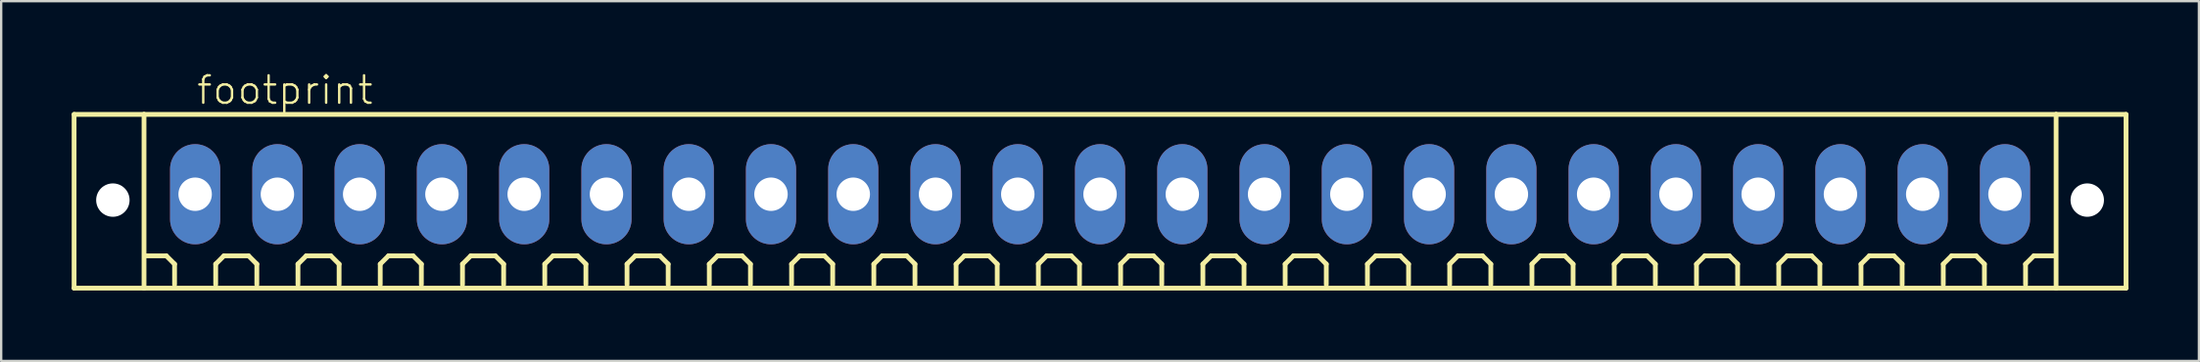
<source format=kicad_pcb>
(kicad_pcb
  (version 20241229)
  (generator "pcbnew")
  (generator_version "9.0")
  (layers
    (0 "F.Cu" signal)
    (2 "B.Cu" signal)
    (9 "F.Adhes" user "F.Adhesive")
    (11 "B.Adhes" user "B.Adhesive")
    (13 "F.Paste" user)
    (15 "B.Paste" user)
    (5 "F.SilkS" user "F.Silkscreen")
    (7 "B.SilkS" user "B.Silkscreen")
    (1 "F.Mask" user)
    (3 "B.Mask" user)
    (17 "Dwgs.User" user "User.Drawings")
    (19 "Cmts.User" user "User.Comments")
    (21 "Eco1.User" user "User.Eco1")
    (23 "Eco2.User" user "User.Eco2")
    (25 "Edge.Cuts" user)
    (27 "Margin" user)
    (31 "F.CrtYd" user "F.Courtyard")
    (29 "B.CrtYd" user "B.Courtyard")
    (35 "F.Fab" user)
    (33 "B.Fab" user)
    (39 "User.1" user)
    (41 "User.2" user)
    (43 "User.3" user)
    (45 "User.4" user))
  (footprint "footprint"
    (layer "F.Cu")
    (at 43.752 5.223)
    (property "Reference" "footprint" (at -38.5 -3.75 0) (layer "F.SilkS") (effects (font (size 1.168 1.168) (thickness 0.102)) (justify left bottom)))
    (fp_line (start -43.65 -3.4) (end -40.675 -3.4) (stroke (width 0.203) (type solid)) (layer "F.SilkS"))
    (fp_line (start -43.65 4) (end -43.65 -3.4) (stroke (width 0.203) (type solid)) (layer "F.SilkS"))
    (fp_line (start -40.675 -3.4) (end 40.675 -3.4) (stroke (width 0.203) (type solid)) (layer "F.SilkS"))
    (fp_line (start -40.675 4) (end -43.65 4) (stroke (width 0.203) (type solid)) (layer "F.SilkS"))
    (fp_line (start -40.675 4) (end -40.675 -3.4) (stroke (width 0.203) (type solid)) (layer "F.SilkS"))
    (fp_line (start -39.725 2.625) (end -40.6 2.625) (stroke (width 0.203) (type solid)) (layer "F.SilkS"))
    (fp_line (start -39.375 2.975) (end -39.725 2.625) (stroke (width 0.203) (type solid)) (layer "F.SilkS"))
    (fp_line (start -39.375 3.85) (end -39.375 2.975) (stroke (width 0.203) (type solid)) (layer "F.SilkS"))
    (fp_line (start -37.625 2.975) (end -37.275 2.625) (stroke (width 0.203) (type solid)) (layer "F.SilkS"))
    (fp_line (start -37.625 3.85) (end -37.625 2.975) (stroke (width 0.203) (type solid)) (layer "F.SilkS"))
    (fp_line (start -37.275 2.625) (end -36.225 2.625) (stroke (width 0.203) (type solid)) (layer "F.SilkS"))
    (fp_line (start -36.225 2.625) (end -35.875 2.975) (stroke (width 0.203) (type solid)) (layer "F.SilkS"))
    (fp_line (start -35.875 2.975) (end -35.875 3.85) (stroke (width 0.203) (type solid)) (layer "F.SilkS"))
    (fp_line (start -34.125 2.975) (end -33.775 2.625) (stroke (width 0.203) (type solid)) (layer "F.SilkS"))
    (fp_line (start -34.125 3.85) (end -34.125 2.975) (stroke (width 0.203) (type solid)) (layer "F.SilkS"))
    (fp_line (start -33.775 2.625) (end -32.725 2.625) (stroke (width 0.203) (type solid)) (layer "F.SilkS"))
    (fp_line (start -32.725 2.625) (end -32.375 2.975) (stroke (width 0.203) (type solid)) (layer "F.SilkS"))
    (fp_line (start -32.375 2.975) (end -32.375 3.85) (stroke (width 0.203) (type solid)) (layer "F.SilkS"))
    (fp_line (start -30.625 2.975) (end -30.275 2.625) (stroke (width 0.203) (type solid)) (layer "F.SilkS"))
    (fp_line (start -30.625 3.85) (end -30.625 2.975) (stroke (width 0.203) (type solid)) (layer "F.SilkS"))
    (fp_line (start -30.275 2.625) (end -29.225 2.625) (stroke (width 0.203) (type solid)) (layer "F.SilkS"))
    (fp_line (start -29.225 2.625) (end -28.875 2.975) (stroke (width 0.203) (type solid)) (layer "F.SilkS"))
    (fp_line (start -28.875 2.975) (end -28.875 3.85) (stroke (width 0.203) (type solid)) (layer "F.SilkS"))
    (fp_line (start -27.125 2.975) (end -26.775 2.625) (stroke (width 0.203) (type solid)) (layer "F.SilkS"))
    (fp_line (start -27.125 3.85) (end -27.125 2.975) (stroke (width 0.203) (type solid)) (layer "F.SilkS"))
    (fp_line (start -26.775 2.625) (end -25.725 2.625) (stroke (width 0.203) (type solid)) (layer "F.SilkS"))
    (fp_line (start -25.725 2.625) (end -25.375 2.975) (stroke (width 0.203) (type solid)) (layer "F.SilkS"))
    (fp_line (start -25.375 2.975) (end -25.375 3.85) (stroke (width 0.203) (type solid)) (layer "F.SilkS"))
    (fp_line (start -23.625 2.975) (end -23.275 2.625) (stroke (width 0.203) (type solid)) (layer "F.SilkS"))
    (fp_line (start -23.625 3.85) (end -23.625 2.975) (stroke (width 0.203) (type solid)) (layer "F.SilkS"))
    (fp_line (start -23.275 2.625) (end -22.225 2.625) (stroke (width 0.203) (type solid)) (layer "F.SilkS"))
    (fp_line (start -22.225 2.625) (end -21.875 2.975) (stroke (width 0.203) (type solid)) (layer "F.SilkS"))
    (fp_line (start -21.875 2.975) (end -21.875 3.85) (stroke (width 0.203) (type solid)) (layer "F.SilkS"))
    (fp_line (start -20.125 2.975) (end -19.775 2.625) (stroke (width 0.203) (type solid)) (layer "F.SilkS"))
    (fp_line (start -20.125 3.85) (end -20.125 2.975) (stroke (width 0.203) (type solid)) (layer "F.SilkS"))
    (fp_line (start -19.775 2.625) (end -18.725 2.625) (stroke (width 0.203) (type solid)) (layer "F.SilkS"))
    (fp_line (start -18.725 2.625) (end -18.375 2.975) (stroke (width 0.203) (type solid)) (layer "F.SilkS"))
    (fp_line (start -18.375 2.975) (end -18.375 3.85) (stroke (width 0.203) (type solid)) (layer "F.SilkS"))
    (fp_line (start -16.625 2.975) (end -16.275 2.625) (stroke (width 0.203) (type solid)) (layer "F.SilkS"))
    (fp_line (start -16.625 3.85) (end -16.625 2.975) (stroke (width 0.203) (type solid)) (layer "F.SilkS"))
    (fp_line (start -16.275 2.625) (end -15.225 2.625) (stroke (width 0.203) (type solid)) (layer "F.SilkS"))
    (fp_line (start -15.225 2.625) (end -14.875 2.975) (stroke (width 0.203) (type solid)) (layer "F.SilkS"))
    (fp_line (start -14.875 2.975) (end -14.875 3.85) (stroke (width 0.203) (type solid)) (layer "F.SilkS"))
    (fp_line (start -13.125 2.975) (end -12.775 2.625) (stroke (width 0.203) (type solid)) (layer "F.SilkS"))
    (fp_line (start -13.125 3.85) (end -13.125 2.975) (stroke (width 0.203) (type solid)) (layer "F.SilkS"))
    (fp_line (start -12.775 2.625) (end -11.725 2.625) (stroke (width 0.203) (type solid)) (layer "F.SilkS"))
    (fp_line (start -11.725 2.625) (end -11.375 2.975) (stroke (width 0.203) (type solid)) (layer "F.SilkS"))
    (fp_line (start -11.375 2.975) (end -11.375 3.85) (stroke (width 0.203) (type solid)) (layer "F.SilkS"))
    (fp_line (start -9.625 2.975) (end -9.275 2.625) (stroke (width 0.203) (type solid)) (layer "F.SilkS"))
    (fp_line (start -9.625 3.85) (end -9.625 2.975) (stroke (width 0.203) (type solid)) (layer "F.SilkS"))
    (fp_line (start -9.275 2.625) (end -8.225 2.625) (stroke (width 0.203) (type solid)) (layer "F.SilkS"))
    (fp_line (start -8.225 2.625) (end -7.875 2.975) (stroke (width 0.203) (type solid)) (layer "F.SilkS"))
    (fp_line (start -7.875 2.975) (end -7.875 3.85) (stroke (width 0.203) (type solid)) (layer "F.SilkS"))
    (fp_line (start -6.125 2.975) (end -5.775 2.625) (stroke (width 0.203) (type solid)) (layer "F.SilkS"))
    (fp_line (start -6.125 3.85) (end -6.125 2.975) (stroke (width 0.203) (type solid)) (layer "F.SilkS"))
    (fp_line (start -5.775 2.625) (end -4.725 2.625) (stroke (width 0.203) (type solid)) (layer "F.SilkS"))
    (fp_line (start -4.725 2.625) (end -4.375 2.975) (stroke (width 0.203) (type solid)) (layer "F.SilkS"))
    (fp_line (start -4.375 2.975) (end -4.375 3.85) (stroke (width 0.203) (type solid)) (layer "F.SilkS"))
    (fp_line (start -2.625 2.975) (end -2.275 2.625) (stroke (width 0.203) (type solid)) (layer "F.SilkS"))
    (fp_line (start -2.625 3.85) (end -2.625 2.975) (stroke (width 0.203) (type solid)) (layer "F.SilkS"))
    (fp_line (start -2.275 2.625) (end -1.225 2.625) (stroke (width 0.203) (type solid)) (layer "F.SilkS"))
    (fp_line (start -1.225 2.625) (end -0.875 2.975) (stroke (width 0.203) (type solid)) (layer "F.SilkS"))
    (fp_line (start -0.875 2.975) (end -0.875 3.85) (stroke (width 0.203) (type solid)) (layer "F.SilkS"))
    (fp_line (start 0.875 2.975) (end 1.225 2.625) (stroke (width 0.203) (type solid)) (layer "F.SilkS"))
    (fp_line (start 0.875 3.85) (end 0.875 2.975) (stroke (width 0.203) (type solid)) (layer "F.SilkS"))
    (fp_line (start 1.225 2.625) (end 2.275 2.625) (stroke (width 0.203) (type solid)) (layer "F.SilkS"))
    (fp_line (start 2.275 2.625) (end 2.625 2.975) (stroke (width 0.203) (type solid)) (layer "F.SilkS"))
    (fp_line (start 2.625 2.975) (end 2.625 3.85) (stroke (width 0.203) (type solid)) (layer "F.SilkS"))
    (fp_line (start 4.375 2.975) (end 4.725 2.625) (stroke (width 0.203) (type solid)) (layer "F.SilkS"))
    (fp_line (start 4.375 3.85) (end 4.375 2.975) (stroke (width 0.203) (type solid)) (layer "F.SilkS"))
    (fp_line (start 4.725 2.625) (end 5.775 2.625) (stroke (width 0.203) (type solid)) (layer "F.SilkS"))
    (fp_line (start 5.775 2.625) (end 6.125 2.975) (stroke (width 0.203) (type solid)) (layer "F.SilkS"))
    (fp_line (start 6.125 2.975) (end 6.125 3.85) (stroke (width 0.203) (type solid)) (layer "F.SilkS"))
    (fp_line (start 7.875 2.975) (end 8.225 2.625) (stroke (width 0.203) (type solid)) (layer "F.SilkS"))
    (fp_line (start 7.875 3.85) (end 7.875 2.975) (stroke (width 0.203) (type solid)) (layer "F.SilkS"))
    (fp_line (start 8.225 2.625) (end 9.275 2.625) (stroke (width 0.203) (type solid)) (layer "F.SilkS"))
    (fp_line (start 9.275 2.625) (end 9.625 2.975) (stroke (width 0.203) (type solid)) (layer "F.SilkS"))
    (fp_line (start 9.625 2.975) (end 9.625 3.85) (stroke (width 0.203) (type solid)) (layer "F.SilkS"))
    (fp_line (start 11.375 2.975) (end 11.725 2.625) (stroke (width 0.203) (type solid)) (layer "F.SilkS"))
    (fp_line (start 11.375 3.85) (end 11.375 2.975) (stroke (width 0.203) (type solid)) (layer "F.SilkS"))
    (fp_line (start 11.725 2.625) (end 12.775 2.625) (stroke (width 0.203) (type solid)) (layer "F.SilkS"))
    (fp_line (start 12.775 2.625) (end 13.125 2.975) (stroke (width 0.203) (type solid)) (layer "F.SilkS"))
    (fp_line (start 13.125 2.975) (end 13.125 3.85) (stroke (width 0.203) (type solid)) (layer "F.SilkS"))
    (fp_line (start 14.875 2.975) (end 15.225 2.625) (stroke (width 0.203) (type solid)) (layer "F.SilkS"))
    (fp_line (start 14.875 3.85) (end 14.875 2.975) (stroke (width 0.203) (type solid)) (layer "F.SilkS"))
    (fp_line (start 15.225 2.625) (end 16.275 2.625) (stroke (width 0.203) (type solid)) (layer "F.SilkS"))
    (fp_line (start 16.275 2.625) (end 16.625 2.975) (stroke (width 0.203) (type solid)) (layer "F.SilkS"))
    (fp_line (start 16.625 2.975) (end 16.625 3.85) (stroke (width 0.203) (type solid)) (layer "F.SilkS"))
    (fp_line (start 18.375 2.975) (end 18.725 2.625) (stroke (width 0.203) (type solid)) (layer "F.SilkS"))
    (fp_line (start 18.375 3.85) (end 18.375 2.975) (stroke (width 0.203) (type solid)) (layer "F.SilkS"))
    (fp_line (start 18.725 2.625) (end 19.775 2.625) (stroke (width 0.203) (type solid)) (layer "F.SilkS"))
    (fp_line (start 19.775 2.625) (end 20.125 2.975) (stroke (width 0.203) (type solid)) (layer "F.SilkS"))
    (fp_line (start 20.125 2.975) (end 20.125 3.85) (stroke (width 0.203) (type solid)) (layer "F.SilkS"))
    (fp_line (start 21.875 2.975) (end 22.225 2.625) (stroke (width 0.203) (type solid)) (layer "F.SilkS"))
    (fp_line (start 21.875 3.85) (end 21.875 2.975) (stroke (width 0.203) (type solid)) (layer "F.SilkS"))
    (fp_line (start 22.225 2.625) (end 23.275 2.625) (stroke (width 0.203) (type solid)) (layer "F.SilkS"))
    (fp_line (start 23.275 2.625) (end 23.625 2.975) (stroke (width 0.203) (type solid)) (layer "F.SilkS"))
    (fp_line (start 23.625 2.975) (end 23.625 3.85) (stroke (width 0.203) (type solid)) (layer "F.SilkS"))
    (fp_line (start 25.375 2.975) (end 25.725 2.625) (stroke (width 0.203) (type solid)) (layer "F.SilkS"))
    (fp_line (start 25.375 3.85) (end 25.375 2.975) (stroke (width 0.203) (type solid)) (layer "F.SilkS"))
    (fp_line (start 25.725 2.625) (end 26.775 2.625) (stroke (width 0.203) (type solid)) (layer "F.SilkS"))
    (fp_line (start 26.775 2.625) (end 27.125 2.975) (stroke (width 0.203) (type solid)) (layer "F.SilkS"))
    (fp_line (start 27.125 2.975) (end 27.125 3.85) (stroke (width 0.203) (type solid)) (layer "F.SilkS"))
    (fp_line (start 28.875 2.975) (end 29.225 2.625) (stroke (width 0.203) (type solid)) (layer "F.SilkS"))
    (fp_line (start 28.875 3.85) (end 28.875 2.975) (stroke (width 0.203) (type solid)) (layer "F.SilkS"))
    (fp_line (start 29.225 2.625) (end 30.275 2.625) (stroke (width 0.203) (type solid)) (layer "F.SilkS"))
    (fp_line (start 30.275 2.625) (end 30.625 2.975) (stroke (width 0.203) (type solid)) (layer "F.SilkS"))
    (fp_line (start 30.625 2.975) (end 30.625 3.85) (stroke (width 0.203) (type solid)) (layer "F.SilkS"))
    (fp_line (start 32.375 2.975) (end 32.725 2.625) (stroke (width 0.203) (type solid)) (layer "F.SilkS"))
    (fp_line (start 32.375 3.85) (end 32.375 2.975) (stroke (width 0.203) (type solid)) (layer "F.SilkS"))
    (fp_line (start 32.725 2.625) (end 33.775 2.625) (stroke (width 0.203) (type solid)) (layer "F.SilkS"))
    (fp_line (start 33.775 2.625) (end 34.125 2.975) (stroke (width 0.203) (type solid)) (layer "F.SilkS"))
    (fp_line (start 34.125 2.975) (end 34.125 3.85) (stroke (width 0.203) (type solid)) (layer "F.SilkS"))
    (fp_line (start 35.875 2.975) (end 36.225 2.625) (stroke (width 0.203) (type solid)) (layer "F.SilkS"))
    (fp_line (start 35.875 3.85) (end 35.875 2.975) (stroke (width 0.203) (type solid)) (layer "F.SilkS"))
    (fp_line (start 36.225 2.625) (end 37.275 2.625) (stroke (width 0.203) (type solid)) (layer "F.SilkS"))
    (fp_line (start 37.275 2.625) (end 37.625 2.975) (stroke (width 0.203) (type solid)) (layer "F.SilkS"))
    (fp_line (start 37.625 2.975) (end 37.625 3.85) (stroke (width 0.203) (type solid)) (layer "F.SilkS"))
    (fp_line (start 39.375 2.975) (end 39.725 2.625) (stroke (width 0.203) (type solid)) (layer "F.SilkS"))
    (fp_line (start 39.375 3.85) (end 39.375 2.975) (stroke (width 0.203) (type solid)) (layer "F.SilkS"))
    (fp_line (start 39.725 2.625) (end 40.6 2.625) (stroke (width 0.203) (type solid)) (layer "F.SilkS"))
    (fp_line (start 40.675 -3.4) (end 40.675 4) (stroke (width 0.203) (type solid)) (layer "F.SilkS"))
    (fp_line (start 40.675 -3.4) (end 43.65 -3.4) (stroke (width 0.203) (type solid)) (layer "F.SilkS"))
    (fp_line (start 40.675 4) (end -40.675 4) (stroke (width 0.203) (type solid)) (layer "F.SilkS"))
    (fp_line (start 43.65 -3.4) (end 43.65 4) (stroke (width 0.203) (type solid)) (layer "F.SilkS"))
    (fp_line (start 43.65 4) (end 40.675 4) (stroke (width 0.203) (type solid)) (layer "F.SilkS"))
    (pad "" np_thru_hole circle (at -42 0.25) (size 1.422 1.422) (drill 1.422) (layers "*.Cu" "*.Mask"))
    (pad "" np_thru_hole circle (at 42 0.25) (size 1.422 1.422) (drill 1.422) (layers "*.Cu" "*.Mask"))
    (pad "1" thru_hole oval (at -38.5 0 90) (size 4.267 2.134) (drill 1.422) (layers "*.Cu" "*.Mask"))
    (pad "2" thru_hole oval (at -35 0 90) (size 4.267 2.134) (drill 1.422) (layers "*.Cu" "*.Mask"))
    (pad "3" thru_hole oval (at -31.5 0 90) (size 4.267 2.134) (drill 1.422) (layers "*.Cu" "*.Mask"))
    (pad "4" thru_hole oval (at -28 0 90) (size 4.267 2.134) (drill 1.422) (layers "*.Cu" "*.Mask"))
    (pad "5" thru_hole oval (at -24.5 0 90) (size 4.267 2.134) (drill 1.422) (layers "*.Cu" "*.Mask"))
    (pad "6" thru_hole oval (at -21 0 90) (size 4.267 2.134) (drill 1.422) (layers "*.Cu" "*.Mask"))
    (pad "7" thru_hole oval (at -17.5 0 90) (size 4.267 2.134) (drill 1.422) (layers "*.Cu" "*.Mask"))
    (pad "8" thru_hole oval (at -14 0 90) (size 4.267 2.134) (drill 1.422) (layers "*.Cu" "*.Mask"))
    (pad "9" thru_hole oval (at -10.5 0 90) (size 4.267 2.134) (drill 1.422) (layers "*.Cu" "*.Mask"))
    (pad "10" thru_hole oval (at -7 0 90) (size 4.267 2.134) (drill 1.422) (layers "*.Cu" "*.Mask"))
    (pad "11" thru_hole oval (at -3.5 0 90) (size 4.267 2.134) (drill 1.422) (layers "*.Cu" "*.Mask"))
    (pad "12" thru_hole oval (at 0 0 90) (size 4.267 2.134) (drill 1.422) (layers "*.Cu" "*.Mask"))
    (pad "13" thru_hole oval (at 3.5 0 90) (size 4.267 2.134) (drill 1.422) (layers "*.Cu" "*.Mask"))
    (pad "14" thru_hole oval (at 7 0 90) (size 4.267 2.134) (drill 1.422) (layers "*.Cu" "*.Mask"))
    (pad "15" thru_hole oval (at 10.5 0 90) (size 4.267 2.134) (drill 1.422) (layers "*.Cu" "*.Mask"))
    (pad "16" thru_hole oval (at 14 0 90) (size 4.267 2.134) (drill 1.422) (layers "*.Cu" "*.Mask"))
    (pad "17" thru_hole oval (at 17.5 0 90) (size 4.267 2.134) (drill 1.422) (layers "*.Cu" "*.Mask"))
    (pad "18" thru_hole oval (at 21 0 90) (size 4.267 2.134) (drill 1.422) (layers "*.Cu" "*.Mask"))
    (pad "19" thru_hole oval (at 24.5 0 90) (size 4.267 2.134) (drill 1.422) (layers "*.Cu" "*.Mask"))
    (pad "20" thru_hole oval (at 28 0 90) (size 4.267 2.134) (drill 1.422) (layers "*.Cu" "*.Mask"))
    (pad "21" thru_hole oval (at 31.5 0 90) (size 4.267 2.134) (drill 1.422) (layers "*.Cu" "*.Mask"))
    (pad "22" thru_hole oval (at 35 0 90) (size 4.267 2.134) (drill 1.422) (layers "*.Cu" "*.Mask"))
    (pad "23" thru_hole oval (at 38.5 0 90) (size 4.267 2.134) (drill 1.422) (layers "*.Cu" "*.Mask")))
  (gr_rect
    (start -3 -3)
    (end 90.503 12.325)
    (stroke (width 0.1) (type default))
    (fill no)
    (layer "Edge.Cuts")))
</source>
